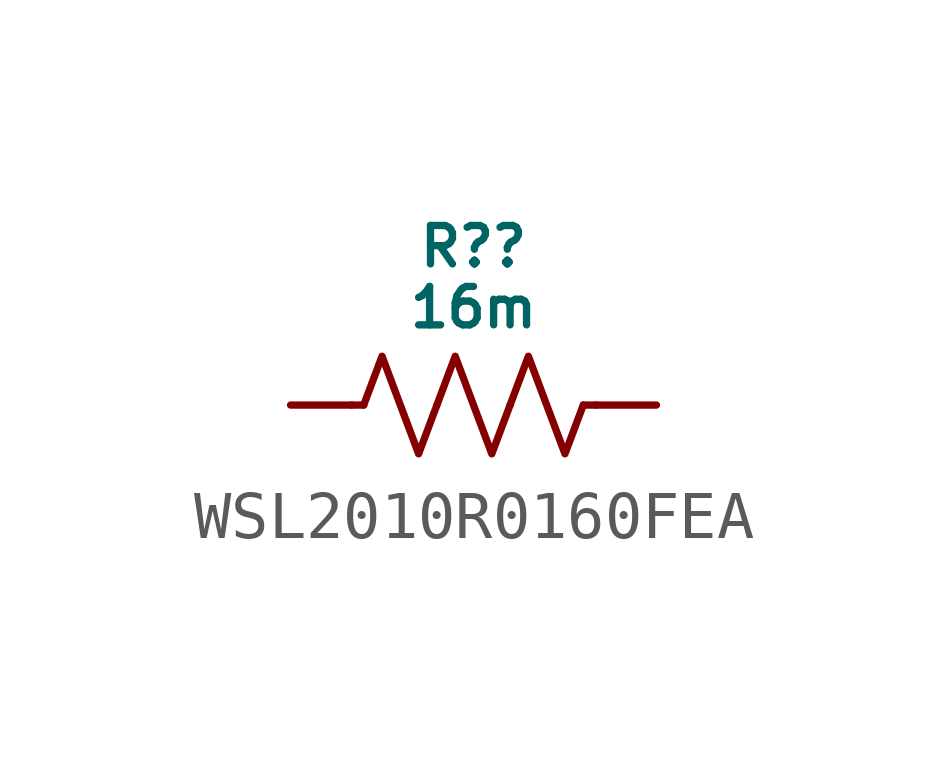
<source format=kicad_sym>
(kicad_symbol_lib
  (version 20231120)
  (generator "kicad_symbol_editor")
  (generator_version "8.0")
  (symbol "WSL2010R0160FEA"
    (pin_numbers hide)
    (pin_names hide)
    (property "Reference" "R?"
      (at 0 3.302 0)
      (do_not_autoplace)
      (effects (font (size 0.8 0.8))))
    (property "Value" "16m"
      (at 0 2.032 0)
      (do_not_autoplace)
      (effects (font (size 0.8 0.8))))
    (symbol "WSL2010R0160FEA_0_1"
      (polyline (pts (xy -2.286 0) (xy -2.54 0)) (stroke (width 0) (type default)) (fill (type none)))
      (polyline (pts (xy 2.286 0) (xy 2.54 0)) (stroke (width 0) (type default)) (fill (type none)))
      (polyline (pts (xy -2.286 0) (xy -1.905 1.016) (xy -1.524 0) (xy -1.143 -1.016) (xy -0.762 0)) (stroke (width 0) (type default)) (fill (type none)))
      (polyline (pts (xy -0.762 0) (xy -0.381 1.016) (xy 0 0) (xy 0.381 -1.016) (xy 0.762 0)) (stroke (width 0) (type default)) (fill (type none)))
      (polyline (pts (xy 0.762 0) (xy 1.143 1.016) (xy 1.524 0) (xy 1.905 -1.016) (xy 2.286 0)) (stroke (width 0) (type default)) (fill (type none))))
    (symbol "WSL2010R0160FEA_1_0"
      (pin passive line (at -3.81 0 0) (length 1.27) (name "" (effects (font (size 0.8 0.8)))) (number "1" (effects (font (size 0.8 0.8)))))
      (pin passive line (at 3.81 0 180) (length 1.27) (name "" (effects (font (size 0.8 0.8)))) (number "2" (effects (font (size 0.8 0.8))))))))
</source>
